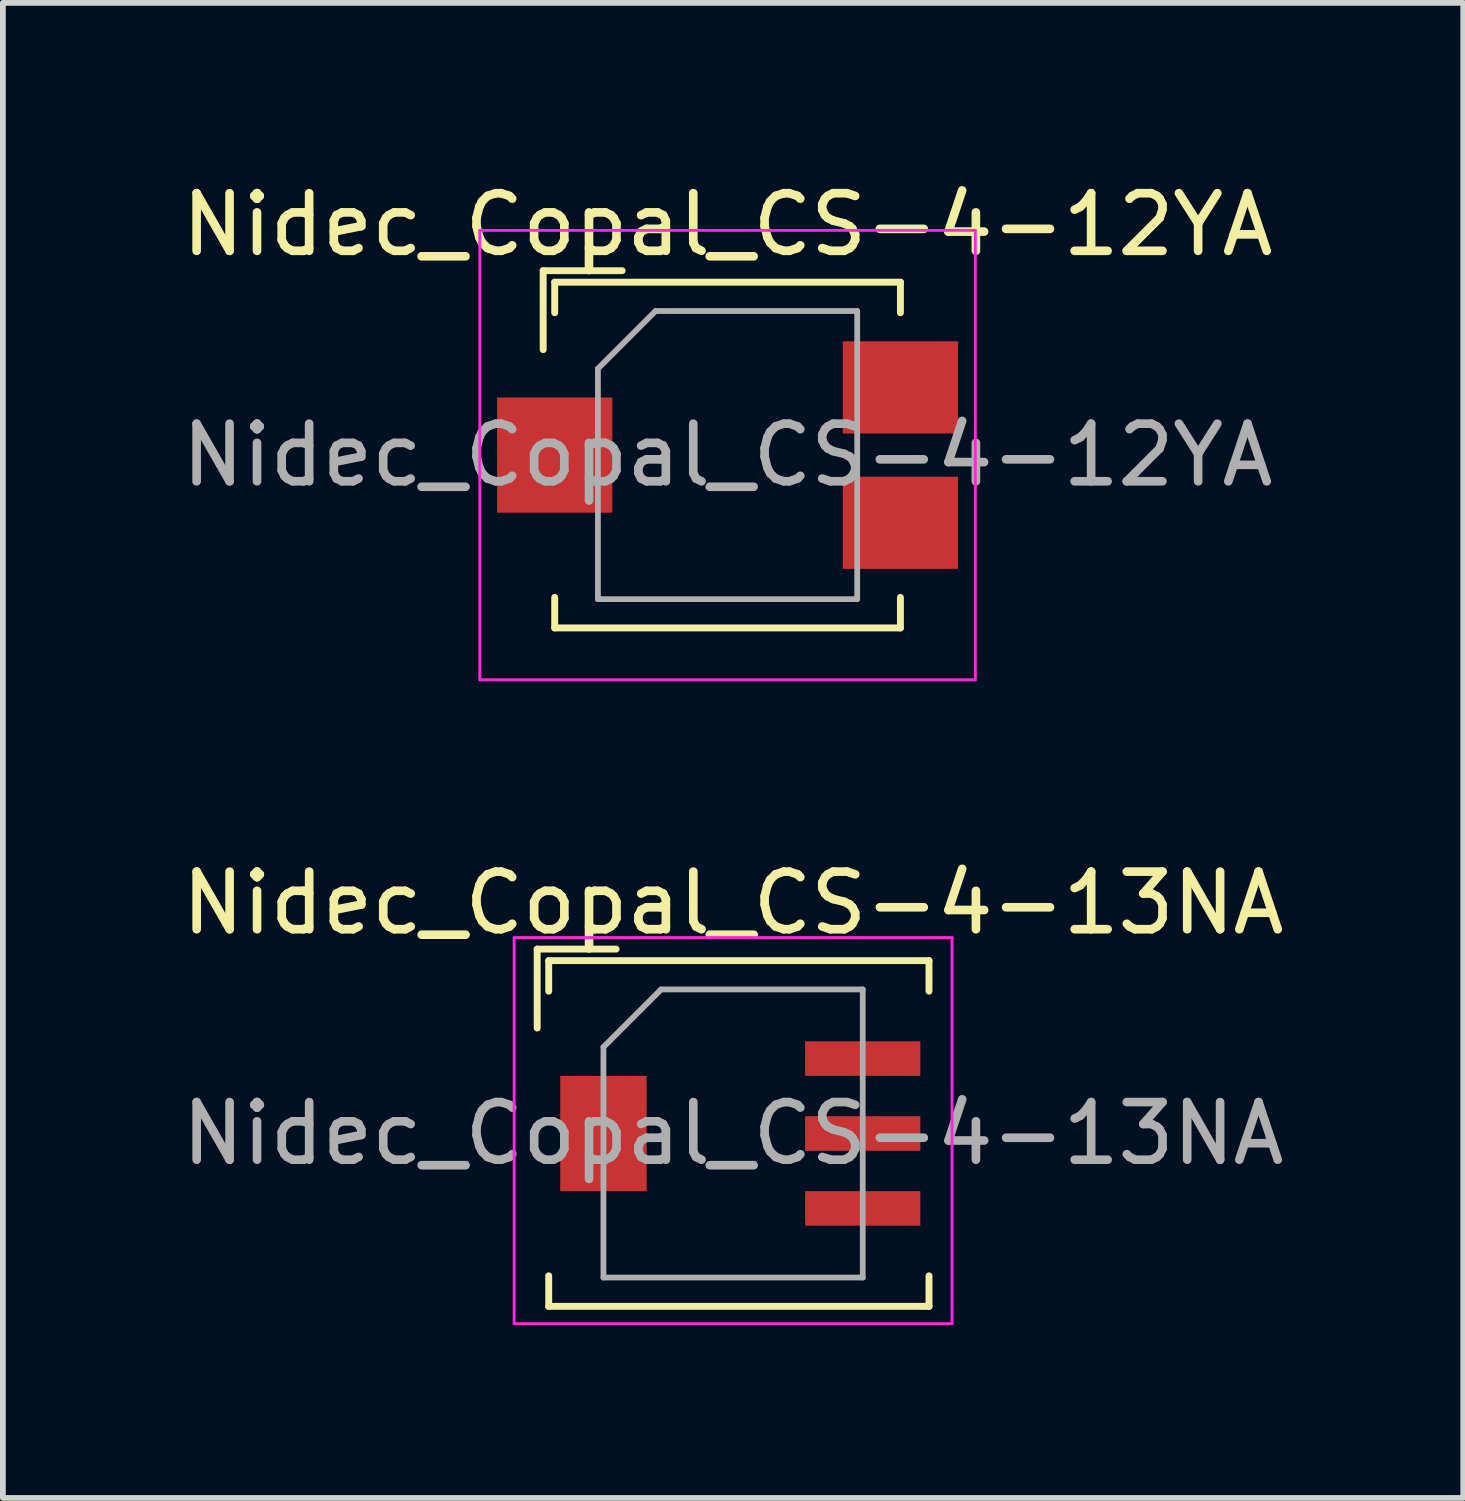
<source format=kicad_pcb>
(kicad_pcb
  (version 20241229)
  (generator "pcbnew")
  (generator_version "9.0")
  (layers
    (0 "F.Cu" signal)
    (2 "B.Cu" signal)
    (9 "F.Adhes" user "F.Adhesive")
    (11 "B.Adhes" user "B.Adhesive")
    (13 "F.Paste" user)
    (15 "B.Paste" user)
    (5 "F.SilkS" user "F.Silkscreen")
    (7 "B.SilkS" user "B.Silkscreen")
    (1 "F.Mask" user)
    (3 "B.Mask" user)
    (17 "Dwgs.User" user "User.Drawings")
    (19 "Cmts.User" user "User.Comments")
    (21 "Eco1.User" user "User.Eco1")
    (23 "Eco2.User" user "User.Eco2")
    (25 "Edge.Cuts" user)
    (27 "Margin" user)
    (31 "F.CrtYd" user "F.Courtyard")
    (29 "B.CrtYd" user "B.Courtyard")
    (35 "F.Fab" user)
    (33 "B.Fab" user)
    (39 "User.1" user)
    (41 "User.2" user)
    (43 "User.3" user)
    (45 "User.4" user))
  (footprint "Nidec_Copal_CS-4-12YA"
    (layer "F.Cu")
    (at 9.577 4.848)
    (property "Reference" "Nidec_Copal_CS-4-12YA" (at 0 -4 0) (layer "F.SilkS") (effects (font (size 1 1) (thickness 0.15))))
    (attr smd)
    (fp_line (start -3.2 -3.2) (end -1.83 -3.2) (stroke (width 0.12) (type solid)) (layer "F.SilkS"))
    (fp_line (start -3.2 -1.83) (end -3.2 -3.2) (stroke (width 0.12) (type solid)) (layer "F.SilkS"))
    (fp_line (start -3 -3) (end 3 -3) (stroke (width 0.12) (type solid)) (layer "F.SilkS"))
    (fp_line (start -3 -2.47) (end -3 -3) (stroke (width 0.12) (type solid)) (layer "F.SilkS"))
    (fp_line (start -3 2.47) (end -3 3) (stroke (width 0.12) (type solid)) (layer "F.SilkS"))
    (fp_line (start -3 3) (end 3 3) (stroke (width 0.12) (type solid)) (layer "F.SilkS"))
    (fp_line (start 3 -3) (end 3 -2.47) (stroke (width 0.12) (type solid)) (layer "F.SilkS"))
    (fp_line (start 3 3) (end 3 2.47) (stroke (width 0.12) (type solid)) (layer "F.SilkS"))
    (fp_line (start -4.3 -3.9) (end -4.3 3.9) (stroke (width 0.05) (type solid)) (layer "F.CrtYd"))
    (fp_line (start -4.3 3.9) (end 4.3 3.9) (stroke (width 0.05) (type solid)) (layer "F.CrtYd"))
    (fp_line (start 4.3 -3.9) (end -4.3 -3.9) (stroke (width 0.05) (type solid)) (layer "F.CrtYd"))
    (fp_line (start 4.3 3.9) (end 4.3 -3.9) (stroke (width 0.05) (type solid)) (layer "F.CrtYd"))
    (fp_line (start -2.25 -1.5) (end -1.25 -2.5) (stroke (width 0.1) (type solid)) (layer "F.Fab"))
    (fp_line (start -2.25 2.5) (end -2.25 -1.5) (stroke (width 0.1) (type solid)) (layer "F.Fab"))
    (fp_line (start -1.25 -2.5) (end 2.25 -2.5) (stroke (width 0.1) (type solid)) (layer "F.Fab"))
    (fp_line (start 2.25 -2.5) (end 2.25 2.5) (stroke (width 0.1) (type solid)) (layer "F.Fab"))
    (fp_line (start 2.25 2.5) (end -2.25 2.5) (stroke (width 0.1) (type solid)) (layer "F.Fab"))
    (fp_text user "${REFERENCE}" (at 0 0 0) (layer "F.Fab") (effects (font (size 1 1) (thickness 0.15))))
    (pad "1" smd rect (at 3 1.175) (size 2 1.6) (layers "F.Cu" "F.Mask" "F.Paste"))
    (pad "2" smd rect (at 3 -1.175) (size 2 1.6) (layers "F.Cu" "F.Mask" "F.Paste"))
    (pad "C" smd rect (at -3 0) (size 2 2) (layers "F.Cu" "F.Mask" "F.Paste")))
  (footprint "Nidec_Copal_CS-4-13NA"
    (layer "F.Cu")
    (at 9.673 16.622)
    (property "Reference" "Nidec_Copal_CS-4-13NA" (at 0 -4 0) (layer "F.SilkS") (effects (font (size 1 1) (thickness 0.15))))
    (attr smd)
    (fp_line (start -3.4 -3.2) (end -2.03 -3.2) (stroke (width 0.12) (type solid)) (layer "F.SilkS"))
    (fp_line (start -3.4 -1.83) (end -3.4 -3.2) (stroke (width 0.12) (type solid)) (layer "F.SilkS"))
    (fp_line (start -3.2 -3) (end 3.4 -3) (stroke (width 0.12) (type solid)) (layer "F.SilkS"))
    (fp_line (start -3.2 -2.47) (end -3.2 -3) (stroke (width 0.12) (type solid)) (layer "F.SilkS"))
    (fp_line (start -3.2 2.47) (end -3.2 3) (stroke (width 0.12) (type solid)) (layer "F.SilkS"))
    (fp_line (start -3.2 3) (end 3.4 3) (stroke (width 0.12) (type solid)) (layer "F.SilkS"))
    (fp_line (start 3.4 -3) (end 3.4 -2.47) (stroke (width 0.12) (type solid)) (layer "F.SilkS"))
    (fp_line (start 3.4 3) (end 3.4 2.47) (stroke (width 0.12) (type solid)) (layer "F.SilkS"))
    (fp_line (start -3.8 -3.4) (end -3.8 3.3) (stroke (width 0.05) (type solid)) (layer "F.CrtYd"))
    (fp_line (start -3.8 3.3) (end 3.8 3.3) (stroke (width 0.05) (type solid)) (layer "F.CrtYd"))
    (fp_line (start 3.8 -3.4) (end -3.8 -3.4) (stroke (width 0.05) (type solid)) (layer "F.CrtYd"))
    (fp_line (start 3.8 3.3) (end 3.8 -3.4) (stroke (width 0.05) (type solid)) (layer "F.CrtYd"))
    (fp_line (start -2.25 -1.5) (end -1.25 -2.5) (stroke (width 0.1) (type solid)) (layer "F.Fab"))
    (fp_line (start -2.25 2.5) (end -2.25 -1.5) (stroke (width 0.1) (type solid)) (layer "F.Fab"))
    (fp_line (start -1.25 -2.5) (end 2.25 -2.5) (stroke (width 0.1) (type solid)) (layer "F.Fab"))
    (fp_line (start 2.25 -2.5) (end 2.25 2.5) (stroke (width 0.1) (type solid)) (layer "F.Fab"))
    (fp_line (start 2.25 2.5) (end -2.25 2.5) (stroke (width 0.1) (type solid)) (layer "F.Fab"))
    (fp_text user "${REFERENCE}" (at 0 0 0) (layer "F.Fab") (effects (font (size 1 1) (thickness 0.15))))
    (pad "1" smd rect (at 2.25 1.3) (size 2 0.6) (layers "F.Cu" "F.Mask" "F.Paste"))
    (pad "2" smd rect (at 2.25 0) (size 2 0.6) (layers "F.Cu" "F.Mask" "F.Paste"))
    (pad "3" smd rect (at 2.25 -1.3) (size 2 0.6) (layers "F.Cu" "F.Mask" "F.Paste"))
    (pad "C" smd rect (at -2.25 0) (size 1.5 2) (layers "F.Cu" "F.Mask" "F.Paste")))
  (gr_rect
    (start -3 -3)
    (end 22.345 22.947)
    (stroke (width 0.1) (type default))
    (fill no)
    (layer "Edge.Cuts")))
</source>
